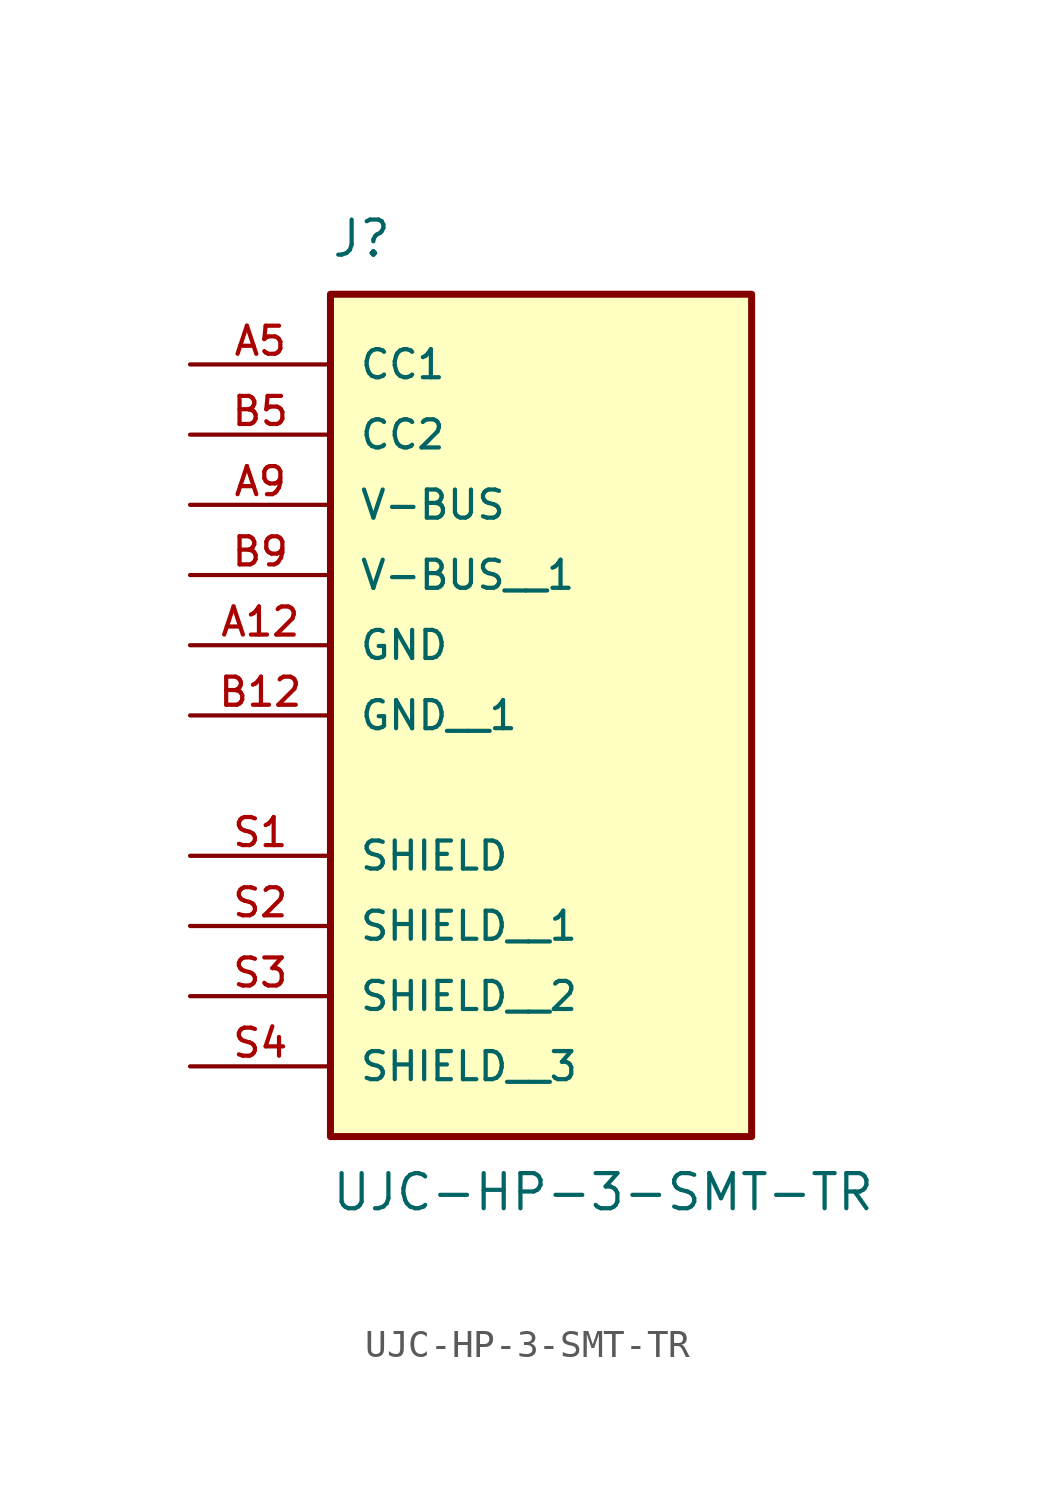
<source format=kicad_sym>
(kicad_symbol_lib
  (version 20220914)
  (generator kicad_symbol_editor)
  (symbol "UJC-HP-3-SMT-TR"
    (pin_names
      (offset 1.016))
    (property "Reference" "J"
      (at -7.62 8.89 0)
      (effects (font (size 1.27 1.27)) (justify left bottom)))
    (property "Value" "UJC-HP-3-SMT-TR"
      (at -7.62 -24.13 0)
      (effects (font (size 1.27 1.27)) (justify left top)))
    (symbol "UJC-HP-3-SMT-TR_0_0"
      (rectangle (start -7.62 -22.86) (end 7.62 7.62) (stroke (width 0.254) (type default)) (fill (type background)))
      (pin power_in line (at -12.7 -5.08 0) (length 5.08) (name "GND" (effects (font (size 1.016 1.016)))) (number "A12" (effects (font (size 1.016 1.016)))))
      (pin bidirectional line (at -12.7 5.08 0) (length 5.08) (name "CC1" (effects (font (size 1.016 1.016)))) (number "A5" (effects (font (size 1.016 1.016)))))
      (pin power_in line (at -12.7 0 0) (length 5.08) (name "V-BUS" (effects (font (size 1.016 1.016)))) (number "A9" (effects (font (size 1.016 1.016)))))
      (pin power_in line (at -12.7 -7.62 0) (length 5.08) (name "GND__1" (effects (font (size 1.016 1.016)))) (number "B12" (effects (font (size 1.016 1.016)))))
      (pin bidirectional line (at -12.7 2.54 0) (length 5.08) (name "CC2" (effects (font (size 1.016 1.016)))) (number "B5" (effects (font (size 1.016 1.016)))))
      (pin power_in line (at -12.7 -2.54 0) (length 5.08) (name "V-BUS__1" (effects (font (size 1.016 1.016)))) (number "B9" (effects (font (size 1.016 1.016)))))
      (pin passive line (at -12.7 -12.7 0) (length 5.08) (name "SHIELD" (effects (font (size 1.016 1.016)))) (number "S1" (effects (font (size 1.016 1.016)))))
      (pin passive line (at -12.7 -15.24 0) (length 5.08) (name "SHIELD__1" (effects (font (size 1.016 1.016)))) (number "S2" (effects (font (size 1.016 1.016)))))
      (pin passive line (at -12.7 -17.78 0) (length 5.08) (name "SHIELD__2" (effects (font (size 1.016 1.016)))) (number "S3" (effects (font (size 1.016 1.016)))))
      (pin passive line (at -12.7 -20.32 0) (length 5.08) (name "SHIELD__3" (effects (font (size 1.016 1.016)))) (number "S4" (effects (font (size 1.016 1.016))))))))
</source>
